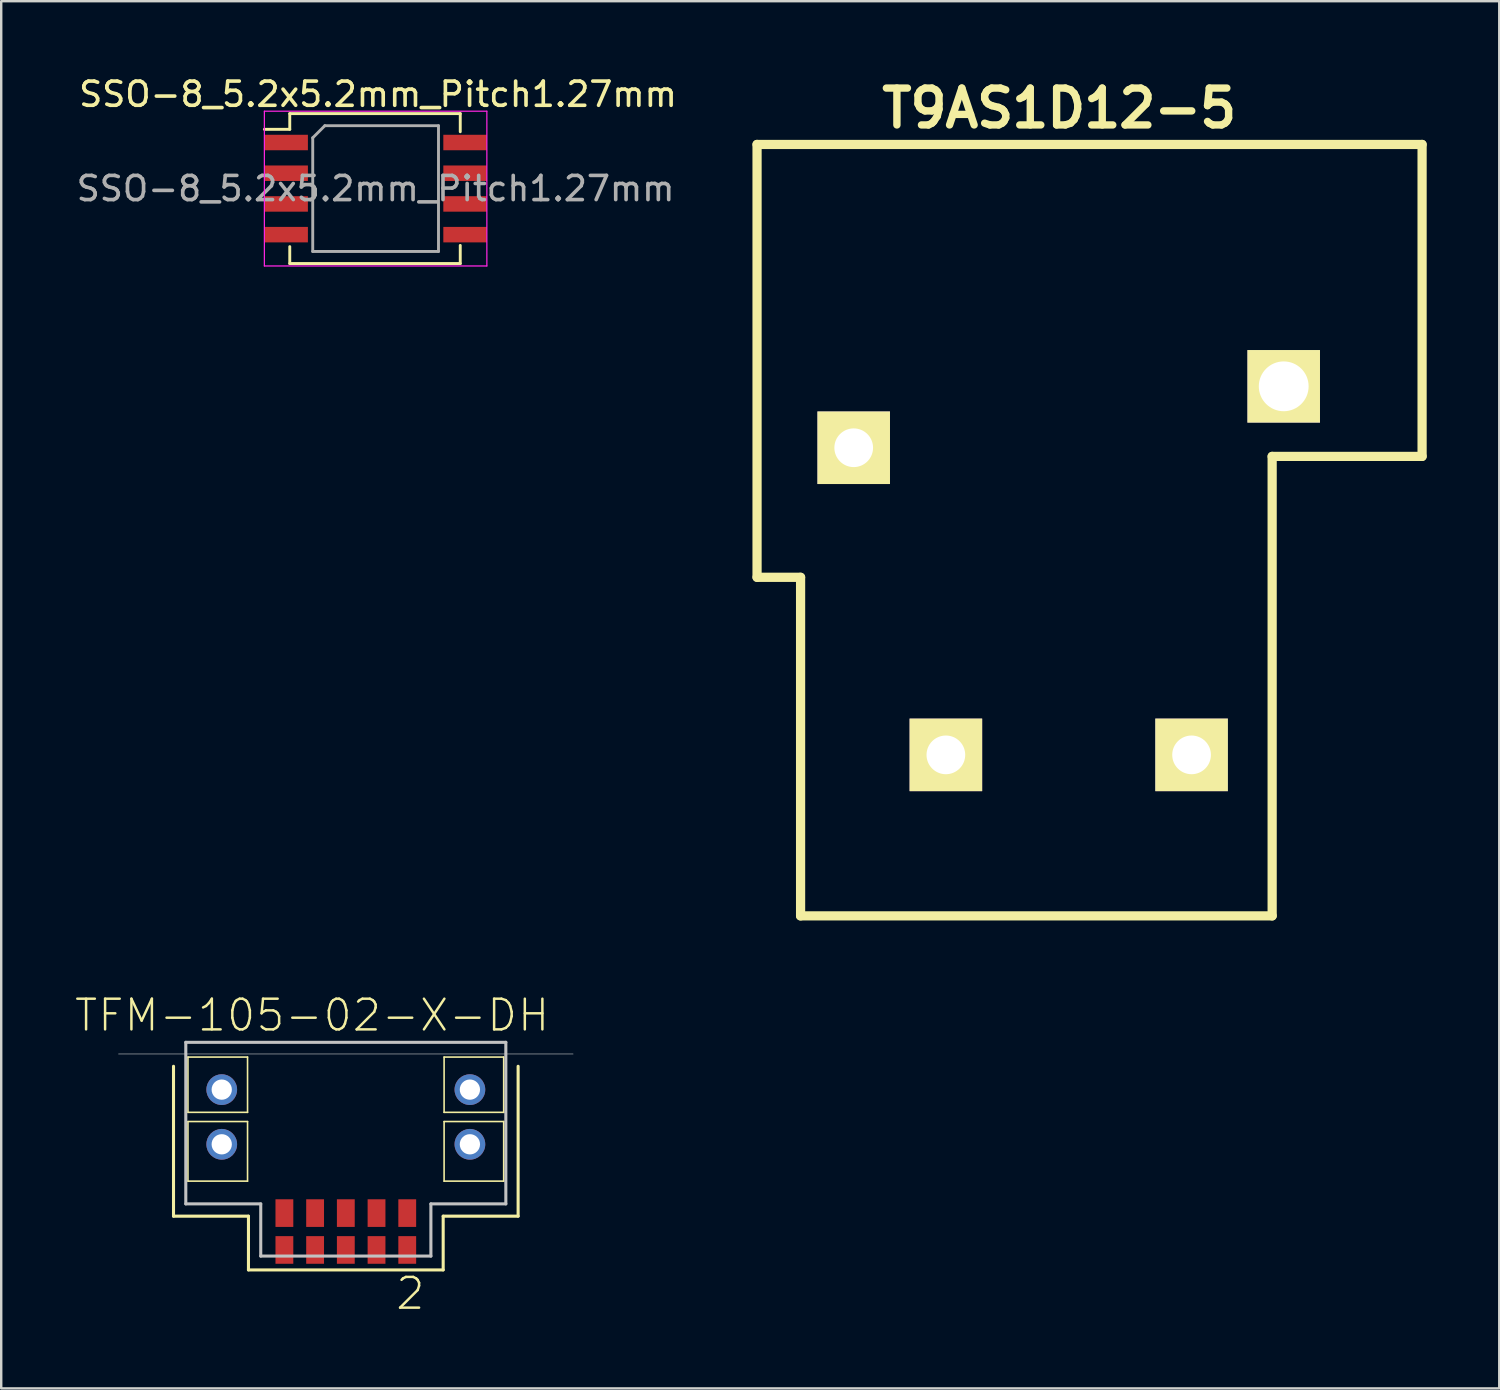
<source format=kicad_pcb>
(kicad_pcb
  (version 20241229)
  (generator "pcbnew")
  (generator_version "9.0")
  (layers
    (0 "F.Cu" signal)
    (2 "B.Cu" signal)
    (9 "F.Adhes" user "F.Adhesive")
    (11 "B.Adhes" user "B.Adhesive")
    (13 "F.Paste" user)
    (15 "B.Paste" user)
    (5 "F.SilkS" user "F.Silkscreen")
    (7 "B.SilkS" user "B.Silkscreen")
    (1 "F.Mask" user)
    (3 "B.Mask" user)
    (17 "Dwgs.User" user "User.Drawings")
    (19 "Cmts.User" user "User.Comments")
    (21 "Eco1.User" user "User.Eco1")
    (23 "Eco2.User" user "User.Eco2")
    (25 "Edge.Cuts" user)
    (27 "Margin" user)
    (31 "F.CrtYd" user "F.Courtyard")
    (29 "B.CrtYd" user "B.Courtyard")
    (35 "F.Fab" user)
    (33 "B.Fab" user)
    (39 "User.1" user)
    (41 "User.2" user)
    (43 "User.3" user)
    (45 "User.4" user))
  (footprint "T9AS1D12-5"
    (layer "F.Cu")
    (at 40.952 9.227)
    (property "Reference" "T9AS1D12-5" (at -0.201 -7.8 0) (layer "F.SilkS") (effects (font (size 1.524 1.524) (thickness 0.305))))
    (attr through_hole)
    (fp_line (start -12.697 -6.304) (end 14.803 -6.304) (stroke (width 0.381) (type solid)) (layer "F.SilkS"))
    (fp_line (start -12.697 11.595) (end -12.697 -6.304) (stroke (width 0.381) (type solid)) (layer "F.SilkS"))
    (fp_line (start -10.897 11.595) (end -12.697 11.595) (stroke (width 0.381) (type solid)) (layer "F.SilkS"))
    (fp_line (start -10.897 25.596) (end -10.897 11.595) (stroke (width 0.381) (type solid)) (layer "F.SilkS"))
    (fp_line (start 8.603 6.596) (end 8.603 25.596) (stroke (width 0.381) (type solid)) (layer "F.SilkS"))
    (fp_line (start 8.603 25.596) (end -10.897 25.596) (stroke (width 0.381) (type solid)) (layer "F.SilkS"))
    (fp_line (start 14.803 -6.304) (end 14.803 6.596) (stroke (width 0.381) (type solid)) (layer "F.SilkS"))
    (fp_line (start 14.803 6.596) (end 8.603 6.596) (stroke (width 0.381) (type solid)) (layer "F.SilkS"))
    (pad "1" thru_hole rect (at -4.889 18.938) (size 3 3) (drill 1.6) (layers "*.Cu" "*.Mask" "F.SilkS"))
    (pad "2" thru_hole rect (at 5.271 18.938) (size 3 3) (drill 1.6) (layers "*.Cu" "*.Mask" "F.SilkS"))
    (pad "3" thru_hole rect (at 9.081 3.698) (size 3 3) (drill 2.06) (layers "*.Cu" "*.Mask" "F.SilkS"))
    (pad "4" thru_hole rect (at -8.7 6.238) (size 3 3) (drill 1.6) (layers "*.Cu" "*.Mask" "F.SilkS")))
  (footprint "SSO-8_5.2x5.2mm_Pitch1.27mm"
    (layer "F.Cu")
    (at 12.482 4.748)
    (property "Reference" "SSO-8_5.2x5.2mm_Pitch1.27mm" (at 0.1 -3.9 0) (layer "F.SilkS") (effects (font (size 1 1) (thickness 0.15))))
    (attr smd)
    (fp_line (start -3.55 -3.1) (end -3.55 -2.45) (stroke (width 0.12) (type solid)) (layer "F.SilkS"))
    (fp_line (start -3.55 -2.45) (end -4.6 -2.45) (stroke (width 0.12) (type solid)) (layer "F.SilkS"))
    (fp_line (start -3.55 2.4) (end -3.55 3.1) (stroke (width 0.12) (type solid)) (layer "F.SilkS"))
    (fp_line (start -3.55 3.1) (end 3.5 3.1) (stroke (width 0.12) (type solid)) (layer "F.SilkS"))
    (fp_line (start 3.5 -3.1) (end -3.55 -3.1) (stroke (width 0.12) (type solid)) (layer "F.SilkS"))
    (fp_line (start 3.5 -2.35) (end 3.5 -3.1) (stroke (width 0.12) (type solid)) (layer "F.SilkS"))
    (fp_line (start 3.5 3.1) (end 3.5 2.35) (stroke (width 0.12) (type solid)) (layer "F.SilkS"))
    (fp_line (start -4.6 -3.2) (end -4.6 3.2) (stroke (width 0.05) (type solid)) (layer "F.CrtYd"))
    (fp_line (start -4.6 -3.2) (end 4.6 -3.2) (stroke (width 0.05) (type solid)) (layer "F.CrtYd"))
    (fp_line (start 4.6 3.2) (end -4.6 3.2) (stroke (width 0.05) (type solid)) (layer "F.CrtYd"))
    (fp_line (start 4.6 3.2) (end 4.6 -3.2) (stroke (width 0.05) (type solid)) (layer "F.CrtYd"))
    (fp_line (start -2.6 -2.1) (end -2.6 2.6) (stroke (width 0.12) (type solid)) (layer "F.Fab"))
    (fp_line (start -2.6 2.6) (end 2.6 2.6) (stroke (width 0.12) (type solid)) (layer "F.Fab"))
    (fp_line (start -2.1 -2.6) (end -2.6 -2.1) (stroke (width 0.12) (type solid)) (layer "F.Fab"))
    (fp_line (start 2.6 -2.6) (end -2.1 -2.6) (stroke (width 0.12) (type solid)) (layer "F.Fab"))
    (fp_line (start 2.6 2.6) (end 2.6 -2.6) (stroke (width 0.12) (type solid)) (layer "F.Fab"))
    (fp_text user "${REFERENCE}" (at 0 0 0) (layer "F.Fab") (effects (font (size 1 1) (thickness 0.15))))
    (pad "1" smd rect (at -3.7 -1.905) (size 1.8 0.64) (layers "F.Cu" "F.Mask" "F.Paste"))
    (pad "2" smd rect (at -3.7 -0.635) (size 1.8 0.64) (layers "F.Cu" "F.Mask" "F.Paste"))
    (pad "3" smd rect (at -3.7 0.635) (size 1.8 0.64) (layers "F.Cu" "F.Mask" "F.Paste"))
    (pad "4" smd rect (at -3.7 1.905) (size 1.8 0.64) (layers "F.Cu" "F.Mask" "F.Paste"))
    (pad "5" smd rect (at 3.7 1.905) (size 1.8 0.64) (layers "F.Cu" "F.Mask" "F.Paste"))
    (pad "6" smd rect (at 3.7 0.635) (size 1.8 0.64) (layers "F.Cu" "F.Mask" "F.Paste"))
    (pad "7" smd rect (at 3.7 -0.635) (size 1.8 0.64) (layers "F.Cu" "F.Mask" "F.Paste"))
    (pad "8" smd rect (at 3.7 -1.905) (size 1.8 0.64) (layers "F.Cu" "F.Mask" "F.Paste")))
  (footprint "TFM-105-02-X-DH"
    (layer "F.Cu")
    (at 11.25 40.534)
    (property "Reference" "TFM-105-02-X-DH" (at -1.397 -1.6 0) (layer "F.SilkS") (effects (font (size 1.27 1.27) (thickness 0.102))))
    (attr smd)
    (fp_line (start -7.125 0.508) (end -7.125 6.706) (stroke (width 0.127) (type solid)) (layer "F.SilkS"))
    (fp_line (start -6.528 0.127) (end -4.064 0.127) (stroke (width 0.066) (type solid)) (layer "F.SilkS"))
    (fp_line (start -6.528 2.413) (end -6.528 0.127) (stroke (width 0.066) (type solid)) (layer "F.SilkS"))
    (fp_line (start -6.528 2.413) (end -4.064 2.413) (stroke (width 0.066) (type solid)) (layer "F.SilkS"))
    (fp_line (start -6.528 2.794) (end -4.064 2.794) (stroke (width 0.066) (type solid)) (layer "F.SilkS"))
    (fp_line (start -6.528 5.258) (end -6.528 2.794) (stroke (width 0.066) (type solid)) (layer "F.SilkS"))
    (fp_line (start -6.528 5.258) (end -4.064 5.258) (stroke (width 0.066) (type solid)) (layer "F.SilkS"))
    (fp_line (start -4.064 2.413) (end -4.064 0.127) (stroke (width 0.066) (type solid)) (layer "F.SilkS"))
    (fp_line (start -4.064 5.258) (end -4.064 2.794) (stroke (width 0.066) (type solid)) (layer "F.SilkS"))
    (fp_line (start -4.026 6.706) (end -7.125 6.706) (stroke (width 0.127) (type solid)) (layer "F.SilkS"))
    (fp_line (start -4.026 6.706) (end -4.026 8.928) (stroke (width 0.127) (type solid)) (layer "F.SilkS"))
    (fp_line (start -4.026 8.928) (end 4.026 8.928) (stroke (width 0.127) (type solid)) (layer "F.SilkS"))
    (fp_line (start 4.026 6.706) (end 7.125 6.706) (stroke (width 0.127) (type solid)) (layer "F.SilkS"))
    (fp_line (start 4.026 8.928) (end 4.026 6.706) (stroke (width 0.127) (type solid)) (layer "F.SilkS"))
    (fp_line (start 4.064 0.127) (end 6.528 0.127) (stroke (width 0.066) (type solid)) (layer "F.SilkS"))
    (fp_line (start 4.064 2.413) (end 4.064 0.127) (stroke (width 0.066) (type solid)) (layer "F.SilkS"))
    (fp_line (start 4.064 2.413) (end 6.528 2.413) (stroke (width 0.066) (type solid)) (layer "F.SilkS"))
    (fp_line (start 4.064 2.794) (end 6.528 2.794) (stroke (width 0.066) (type solid)) (layer "F.SilkS"))
    (fp_line (start 4.064 5.258) (end 4.064 2.794) (stroke (width 0.066) (type solid)) (layer "F.SilkS"))
    (fp_line (start 4.064 5.258) (end 6.528 5.258) (stroke (width 0.066) (type solid)) (layer "F.SilkS"))
    (fp_line (start 6.528 2.413) (end 6.528 0.127) (stroke (width 0.066) (type solid)) (layer "F.SilkS"))
    (fp_line (start 6.528 5.258) (end 6.528 2.794) (stroke (width 0.066) (type solid)) (layer "F.SilkS"))
    (fp_line (start 7.125 6.706) (end 7.125 0.508) (stroke (width 0.127) (type solid)) (layer "F.SilkS"))
    (fp_line (start -9.398 0) (end 9.398 0) (stroke (width 0.025) (type solid)) (layer "Dwgs.User"))
    (fp_line (start -6.617 -0.483) (end 6.617 -0.483) (stroke (width 0.127) (type solid)) (layer "Dwgs.User"))
    (fp_line (start -6.617 6.198) (end -6.617 -0.483) (stroke (width 0.127) (type solid)) (layer "Dwgs.User"))
    (fp_line (start -3.518 6.198) (end -6.617 6.198) (stroke (width 0.127) (type solid)) (layer "Dwgs.User"))
    (fp_line (start -3.518 8.357) (end -3.518 6.198) (stroke (width 0.127) (type solid)) (layer "Dwgs.User"))
    (fp_line (start 3.518 6.198) (end 3.518 8.357) (stroke (width 0.127) (type solid)) (layer "Dwgs.User"))
    (fp_line (start 3.518 8.357) (end -3.518 8.357) (stroke (width 0.127) (type solid)) (layer "Dwgs.User"))
    (fp_line (start 6.617 -0.483) (end 6.617 6.198) (stroke (width 0.127) (type solid)) (layer "Dwgs.User"))
    (fp_line (start 6.617 6.198) (end 3.518 6.198) (stroke (width 0.127) (type solid)) (layer "Dwgs.User"))
    (fp_text user "2" (at 2.667 9.906 0) (layer "F.SilkS") (effects (font (size 1.27 1.27) (thickness 0.102))))
    (pad "1" smd rect (at 2.54 6.579) (size 0.737 1.143) (layers "F.Cu" "F.Mask" "F.Paste"))
    (pad "2" smd rect (at 2.54 8.103) (size 0.737 1.143) (layers "F.Cu" "F.Mask" "F.Paste"))
    (pad "3" smd rect (at 1.27 6.579) (size 0.737 1.143) (layers "F.Cu" "F.Mask" "F.Paste"))
    (pad "4" smd rect (at 1.27 8.103) (size 0.737 1.143) (layers "F.Cu" "F.Mask" "F.Paste"))
    (pad "5" smd rect (at 0 6.579) (size 0.737 1.143) (layers "F.Cu" "F.Mask" "F.Paste"))
    (pad "6" smd rect (at 0 8.103) (size 0.737 1.143) (layers "F.Cu" "F.Mask" "F.Paste"))
    (pad "7" smd rect (at -1.27 6.579) (size 0.737 1.143) (layers "F.Cu" "F.Mask" "F.Paste"))
    (pad "8" smd rect (at -1.27 8.103) (size 0.737 1.143) (layers "F.Cu" "F.Mask" "F.Paste"))
    (pad "9" smd rect (at -2.54 6.579) (size 0.737 1.143) (layers "F.Cu" "F.Mask" "F.Paste"))
    (pad "10" smd rect (at -2.54 8.103) (size 0.737 1.143) (layers "F.Cu" "F.Mask" "F.Paste"))
    (pad "G1" thru_hole circle (at 5.131 1.473) (size 1.27 1.27) (drill 0.838) (layers "*.Cu" "*.Paste" "*.Mask"))
    (pad "G2" thru_hole circle (at -5.131 1.473) (size 1.27 1.27) (drill 0.838) (layers "*.Cu" "*.Paste" "*.Mask"))
    (pad "G3" thru_hole circle (at 5.131 3.734) (size 1.27 1.27) (drill 0.838) (layers "*.Cu" "*.Paste" "*.Mask"))
    (pad "G4" thru_hole circle (at -5.131 3.734) (size 1.27 1.27) (drill 0.838) (layers "*.Cu" "*.Paste" "*.Mask")))
  (gr_rect
    (start -3 -3)
    (end 58.946 54.362)
    (stroke (width 0.1) (type default))
    (fill no)
    (layer "Edge.Cuts")))
</source>
